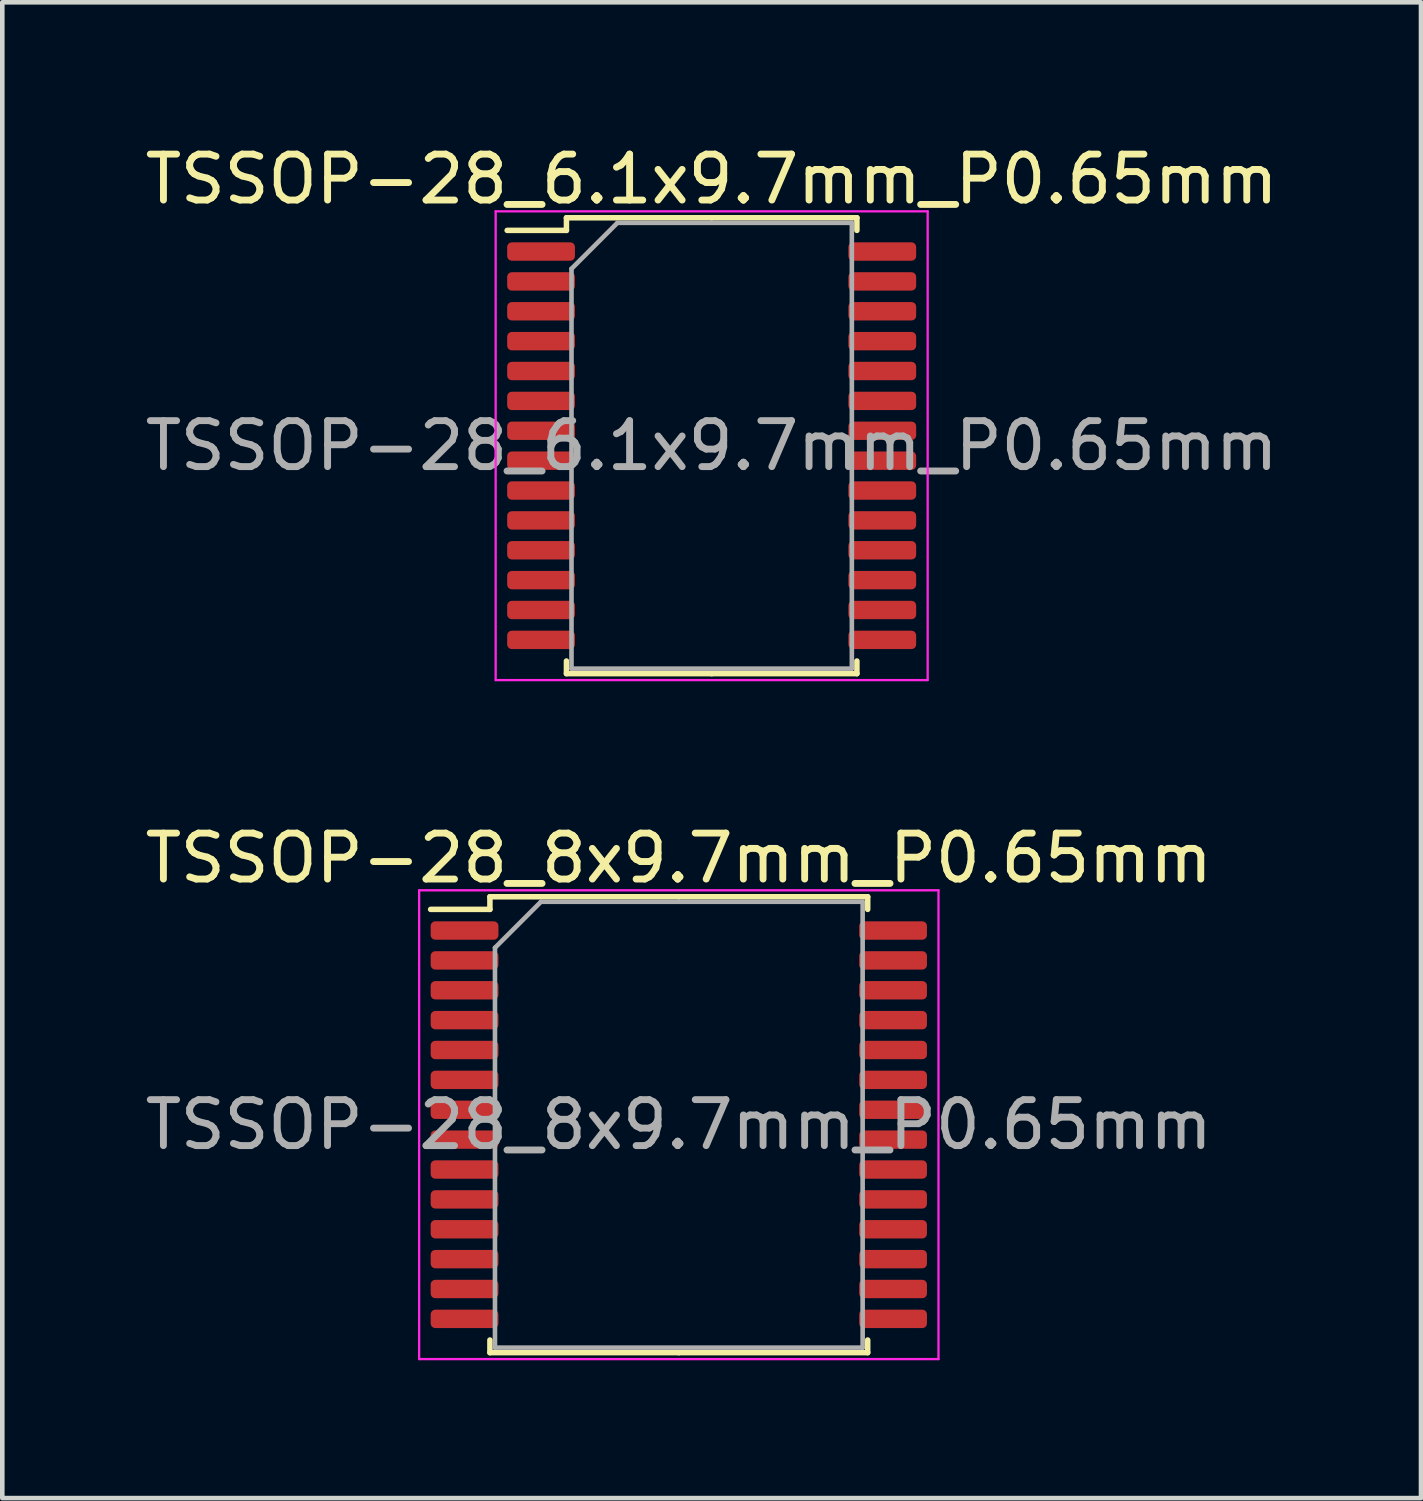
<source format=kicad_pcb>
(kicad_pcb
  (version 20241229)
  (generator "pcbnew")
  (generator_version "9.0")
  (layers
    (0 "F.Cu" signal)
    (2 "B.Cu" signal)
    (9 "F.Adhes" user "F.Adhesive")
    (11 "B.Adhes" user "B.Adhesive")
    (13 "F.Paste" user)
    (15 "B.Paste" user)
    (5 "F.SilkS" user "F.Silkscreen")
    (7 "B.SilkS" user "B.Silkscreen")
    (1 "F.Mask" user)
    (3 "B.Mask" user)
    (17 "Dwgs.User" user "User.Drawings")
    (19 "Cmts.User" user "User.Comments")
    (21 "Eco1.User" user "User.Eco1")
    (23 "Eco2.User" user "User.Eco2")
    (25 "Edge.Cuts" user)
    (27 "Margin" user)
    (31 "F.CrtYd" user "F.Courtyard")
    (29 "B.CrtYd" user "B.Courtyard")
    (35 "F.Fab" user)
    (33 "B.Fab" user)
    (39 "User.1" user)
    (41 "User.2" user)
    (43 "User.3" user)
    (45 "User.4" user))
  (footprint "TSSOP-28_6.1x9.7mm_P0.65mm"
    (layer "F.Cu")
    (at 12.435 6.648)
    (property "Reference" "TSSOP-28_6.1x9.7mm_P0.65mm" (at 0 -5.8 0) (layer "F.SilkS") (effects (font (size 1 1) (thickness 0.15))))
    (attr smd)
    (fp_line (start -3.16 -4.96) (end -3.16 -4.685) (stroke (width 0.12) (type solid)) (layer "F.SilkS"))
    (fp_line (start -3.16 -4.685) (end -4.45 -4.685) (stroke (width 0.12) (type solid)) (layer "F.SilkS"))
    (fp_line (start -3.16 4.96) (end -3.16 4.685) (stroke (width 0.12) (type solid)) (layer "F.SilkS"))
    (fp_line (start 0 -4.96) (end -3.16 -4.96) (stroke (width 0.12) (type solid)) (layer "F.SilkS"))
    (fp_line (start 0 -4.96) (end 3.16 -4.96) (stroke (width 0.12) (type solid)) (layer "F.SilkS"))
    (fp_line (start 0 4.96) (end -3.16 4.96) (stroke (width 0.12) (type solid)) (layer "F.SilkS"))
    (fp_line (start 0 4.96) (end 3.16 4.96) (stroke (width 0.12) (type solid)) (layer "F.SilkS"))
    (fp_line (start 3.16 -4.96) (end 3.16 -4.685) (stroke (width 0.12) (type solid)) (layer "F.SilkS"))
    (fp_line (start 3.16 4.96) (end 3.16 4.685) (stroke (width 0.12) (type solid)) (layer "F.SilkS"))
    (fp_line (start -4.7 -5.1) (end -4.7 5.1) (stroke (width 0.05) (type solid)) (layer "F.CrtYd"))
    (fp_line (start -4.7 5.1) (end 4.7 5.1) (stroke (width 0.05) (type solid)) (layer "F.CrtYd"))
    (fp_line (start 4.7 -5.1) (end -4.7 -5.1) (stroke (width 0.05) (type solid)) (layer "F.CrtYd"))
    (fp_line (start 4.7 5.1) (end 4.7 -5.1) (stroke (width 0.05) (type solid)) (layer "F.CrtYd"))
    (fp_line (start -3.05 -3.85) (end -2.05 -4.85) (stroke (width 0.1) (type solid)) (layer "F.Fab"))
    (fp_line (start -3.05 4.85) (end -3.05 -3.85) (stroke (width 0.1) (type solid)) (layer "F.Fab"))
    (fp_line (start -2.05 -4.85) (end 3.05 -4.85) (stroke (width 0.1) (type solid)) (layer "F.Fab"))
    (fp_line (start 3.05 -4.85) (end 3.05 4.85) (stroke (width 0.1) (type solid)) (layer "F.Fab"))
    (fp_line (start 3.05 4.85) (end -3.05 4.85) (stroke (width 0.1) (type solid)) (layer "F.Fab"))
    (fp_text user "${REFERENCE}" (at 0 0 0) (layer "F.Fab") (effects (font (size 1 1) (thickness 0.15))))
    (pad "1" smd roundrect (at -3.712 -4.225) (size 1.475 0.4) (layers "F.Cu" "F.Mask" "F.Paste") (roundrect_rratio 0.25))
    (pad "2" smd roundrect (at -3.712 -3.575) (size 1.475 0.4) (layers "F.Cu" "F.Mask" "F.Paste") (roundrect_rratio 0.25))
    (pad "3" smd roundrect (at -3.712 -2.925) (size 1.475 0.4) (layers "F.Cu" "F.Mask" "F.Paste") (roundrect_rratio 0.25))
    (pad "4" smd roundrect (at -3.712 -2.275) (size 1.475 0.4) (layers "F.Cu" "F.Mask" "F.Paste") (roundrect_rratio 0.25))
    (pad "5" smd roundrect (at -3.712 -1.625) (size 1.475 0.4) (layers "F.Cu" "F.Mask" "F.Paste") (roundrect_rratio 0.25))
    (pad "6" smd roundrect (at -3.712 -0.975) (size 1.475 0.4) (layers "F.Cu" "F.Mask" "F.Paste") (roundrect_rratio 0.25))
    (pad "7" smd roundrect (at -3.712 -0.325) (size 1.475 0.4) (layers "F.Cu" "F.Mask" "F.Paste") (roundrect_rratio 0.25))
    (pad "8" smd roundrect (at -3.712 0.325) (size 1.475 0.4) (layers "F.Cu" "F.Mask" "F.Paste") (roundrect_rratio 0.25))
    (pad "9" smd roundrect (at -3.712 0.975) (size 1.475 0.4) (layers "F.Cu" "F.Mask" "F.Paste") (roundrect_rratio 0.25))
    (pad "10" smd roundrect (at -3.712 1.625) (size 1.475 0.4) (layers "F.Cu" "F.Mask" "F.Paste") (roundrect_rratio 0.25))
    (pad "11" smd roundrect (at -3.712 2.275) (size 1.475 0.4) (layers "F.Cu" "F.Mask" "F.Paste") (roundrect_rratio 0.25))
    (pad "12" smd roundrect (at -3.712 2.925) (size 1.475 0.4) (layers "F.Cu" "F.Mask" "F.Paste") (roundrect_rratio 0.25))
    (pad "13" smd roundrect (at -3.712 3.575) (size 1.475 0.4) (layers "F.Cu" "F.Mask" "F.Paste") (roundrect_rratio 0.25))
    (pad "14" smd roundrect (at -3.712 4.225) (size 1.475 0.4) (layers "F.Cu" "F.Mask" "F.Paste") (roundrect_rratio 0.25))
    (pad "15" smd roundrect (at 3.712 4.225) (size 1.475 0.4) (layers "F.Cu" "F.Mask" "F.Paste") (roundrect_rratio 0.25))
    (pad "16" smd roundrect (at 3.712 3.575) (size 1.475 0.4) (layers "F.Cu" "F.Mask" "F.Paste") (roundrect_rratio 0.25))
    (pad "17" smd roundrect (at 3.712 2.925) (size 1.475 0.4) (layers "F.Cu" "F.Mask" "F.Paste") (roundrect_rratio 0.25))
    (pad "18" smd roundrect (at 3.712 2.275) (size 1.475 0.4) (layers "F.Cu" "F.Mask" "F.Paste") (roundrect_rratio 0.25))
    (pad "19" smd roundrect (at 3.712 1.625) (size 1.475 0.4) (layers "F.Cu" "F.Mask" "F.Paste") (roundrect_rratio 0.25))
    (pad "20" smd roundrect (at 3.712 0.975) (size 1.475 0.4) (layers "F.Cu" "F.Mask" "F.Paste") (roundrect_rratio 0.25))
    (pad "21" smd roundrect (at 3.712 0.325) (size 1.475 0.4) (layers "F.Cu" "F.Mask" "F.Paste") (roundrect_rratio 0.25))
    (pad "22" smd roundrect (at 3.712 -0.325) (size 1.475 0.4) (layers "F.Cu" "F.Mask" "F.Paste") (roundrect_rratio 0.25))
    (pad "23" smd roundrect (at 3.712 -0.975) (size 1.475 0.4) (layers "F.Cu" "F.Mask" "F.Paste") (roundrect_rratio 0.25))
    (pad "24" smd roundrect (at 3.712 -1.625) (size 1.475 0.4) (layers "F.Cu" "F.Mask" "F.Paste") (roundrect_rratio 0.25))
    (pad "25" smd roundrect (at 3.712 -2.275) (size 1.475 0.4) (layers "F.Cu" "F.Mask" "F.Paste") (roundrect_rratio 0.25))
    (pad "26" smd roundrect (at 3.712 -2.925) (size 1.475 0.4) (layers "F.Cu" "F.Mask" "F.Paste") (roundrect_rratio 0.25))
    (pad "27" smd roundrect (at 3.712 -3.575) (size 1.475 0.4) (layers "F.Cu" "F.Mask" "F.Paste") (roundrect_rratio 0.25))
    (pad "28" smd roundrect (at 3.712 -4.225) (size 1.475 0.4) (layers "F.Cu" "F.Mask" "F.Paste") (roundrect_rratio 0.25)))
  (footprint "TSSOP-28_8x9.7mm_P0.65mm"
    (layer "F.Cu")
    (at 11.72 21.422)
    (property "Reference" "TSSOP-28_8x9.7mm_P0.65mm" (at 0 -5.8 0) (layer "F.SilkS") (effects (font (size 1 1) (thickness 0.15))))
    (attr smd)
    (fp_line (start -4.11 -4.96) (end -4.11 -4.685) (stroke (width 0.12) (type solid)) (layer "F.SilkS"))
    (fp_line (start -4.11 -4.685) (end -5.4 -4.685) (stroke (width 0.12) (type solid)) (layer "F.SilkS"))
    (fp_line (start -4.11 4.96) (end -4.11 4.685) (stroke (width 0.12) (type solid)) (layer "F.SilkS"))
    (fp_line (start 0 -4.96) (end -4.11 -4.96) (stroke (width 0.12) (type solid)) (layer "F.SilkS"))
    (fp_line (start 0 -4.96) (end 4.11 -4.96) (stroke (width 0.12) (type solid)) (layer "F.SilkS"))
    (fp_line (start 0 4.96) (end -4.11 4.96) (stroke (width 0.12) (type solid)) (layer "F.SilkS"))
    (fp_line (start 0 4.96) (end 4.11 4.96) (stroke (width 0.12) (type solid)) (layer "F.SilkS"))
    (fp_line (start 4.11 -4.96) (end 4.11 -4.685) (stroke (width 0.12) (type solid)) (layer "F.SilkS"))
    (fp_line (start 4.11 4.96) (end 4.11 4.685) (stroke (width 0.12) (type solid)) (layer "F.SilkS"))
    (fp_line (start -5.65 -5.1) (end -5.65 5.1) (stroke (width 0.05) (type solid)) (layer "F.CrtYd"))
    (fp_line (start -5.65 5.1) (end 5.65 5.1) (stroke (width 0.05) (type solid)) (layer "F.CrtYd"))
    (fp_line (start 5.65 -5.1) (end -5.65 -5.1) (stroke (width 0.05) (type solid)) (layer "F.CrtYd"))
    (fp_line (start 5.65 5.1) (end 5.65 -5.1) (stroke (width 0.05) (type solid)) (layer "F.CrtYd"))
    (fp_line (start -4 -3.85) (end -3 -4.85) (stroke (width 0.1) (type solid)) (layer "F.Fab"))
    (fp_line (start -4 4.85) (end -4 -3.85) (stroke (width 0.1) (type solid)) (layer "F.Fab"))
    (fp_line (start -3 -4.85) (end 4 -4.85) (stroke (width 0.1) (type solid)) (layer "F.Fab"))
    (fp_line (start 4 -4.85) (end 4 4.85) (stroke (width 0.1) (type solid)) (layer "F.Fab"))
    (fp_line (start 4 4.85) (end -4 4.85) (stroke (width 0.1) (type solid)) (layer "F.Fab"))
    (fp_text user "${REFERENCE}" (at 0 0 0) (layer "F.Fab") (effects (font (size 1 1) (thickness 0.15))))
    (pad "1" smd roundrect (at -4.662 -4.225) (size 1.475 0.4) (layers "F.Cu" "F.Mask" "F.Paste") (roundrect_rratio 0.25))
    (pad "2" smd roundrect (at -4.662 -3.575) (size 1.475 0.4) (layers "F.Cu" "F.Mask" "F.Paste") (roundrect_rratio 0.25))
    (pad "3" smd roundrect (at -4.662 -2.925) (size 1.475 0.4) (layers "F.Cu" "F.Mask" "F.Paste") (roundrect_rratio 0.25))
    (pad "4" smd roundrect (at -4.662 -2.275) (size 1.475 0.4) (layers "F.Cu" "F.Mask" "F.Paste") (roundrect_rratio 0.25))
    (pad "5" smd roundrect (at -4.662 -1.625) (size 1.475 0.4) (layers "F.Cu" "F.Mask" "F.Paste") (roundrect_rratio 0.25))
    (pad "6" smd roundrect (at -4.662 -0.975) (size 1.475 0.4) (layers "F.Cu" "F.Mask" "F.Paste") (roundrect_rratio 0.25))
    (pad "7" smd roundrect (at -4.662 -0.325) (size 1.475 0.4) (layers "F.Cu" "F.Mask" "F.Paste") (roundrect_rratio 0.25))
    (pad "8" smd roundrect (at -4.662 0.325) (size 1.475 0.4) (layers "F.Cu" "F.Mask" "F.Paste") (roundrect_rratio 0.25))
    (pad "9" smd roundrect (at -4.662 0.975) (size 1.475 0.4) (layers "F.Cu" "F.Mask" "F.Paste") (roundrect_rratio 0.25))
    (pad "10" smd roundrect (at -4.662 1.625) (size 1.475 0.4) (layers "F.Cu" "F.Mask" "F.Paste") (roundrect_rratio 0.25))
    (pad "11" smd roundrect (at -4.662 2.275) (size 1.475 0.4) (layers "F.Cu" "F.Mask" "F.Paste") (roundrect_rratio 0.25))
    (pad "12" smd roundrect (at -4.662 2.925) (size 1.475 0.4) (layers "F.Cu" "F.Mask" "F.Paste") (roundrect_rratio 0.25))
    (pad "13" smd roundrect (at -4.662 3.575) (size 1.475 0.4) (layers "F.Cu" "F.Mask" "F.Paste") (roundrect_rratio 0.25))
    (pad "14" smd roundrect (at -4.662 4.225) (size 1.475 0.4) (layers "F.Cu" "F.Mask" "F.Paste") (roundrect_rratio 0.25))
    (pad "15" smd roundrect (at 4.662 4.225) (size 1.475 0.4) (layers "F.Cu" "F.Mask" "F.Paste") (roundrect_rratio 0.25))
    (pad "16" smd roundrect (at 4.662 3.575) (size 1.475 0.4) (layers "F.Cu" "F.Mask" "F.Paste") (roundrect_rratio 0.25))
    (pad "17" smd roundrect (at 4.662 2.925) (size 1.475 0.4) (layers "F.Cu" "F.Mask" "F.Paste") (roundrect_rratio 0.25))
    (pad "18" smd roundrect (at 4.662 2.275) (size 1.475 0.4) (layers "F.Cu" "F.Mask" "F.Paste") (roundrect_rratio 0.25))
    (pad "19" smd roundrect (at 4.662 1.625) (size 1.475 0.4) (layers "F.Cu" "F.Mask" "F.Paste") (roundrect_rratio 0.25))
    (pad "20" smd roundrect (at 4.662 0.975) (size 1.475 0.4) (layers "F.Cu" "F.Mask" "F.Paste") (roundrect_rratio 0.25))
    (pad "21" smd roundrect (at 4.662 0.325) (size 1.475 0.4) (layers "F.Cu" "F.Mask" "F.Paste") (roundrect_rratio 0.25))
    (pad "22" smd roundrect (at 4.662 -0.325) (size 1.475 0.4) (layers "F.Cu" "F.Mask" "F.Paste") (roundrect_rratio 0.25))
    (pad "23" smd roundrect (at 4.662 -0.975) (size 1.475 0.4) (layers "F.Cu" "F.Mask" "F.Paste") (roundrect_rratio 0.25))
    (pad "24" smd roundrect (at 4.662 -1.625) (size 1.475 0.4) (layers "F.Cu" "F.Mask" "F.Paste") (roundrect_rratio 0.25))
    (pad "25" smd roundrect (at 4.662 -2.275) (size 1.475 0.4) (layers "F.Cu" "F.Mask" "F.Paste") (roundrect_rratio 0.25))
    (pad "26" smd roundrect (at 4.662 -2.925) (size 1.475 0.4) (layers "F.Cu" "F.Mask" "F.Paste") (roundrect_rratio 0.25))
    (pad "27" smd roundrect (at 4.662 -3.575) (size 1.475 0.4) (layers "F.Cu" "F.Mask" "F.Paste") (roundrect_rratio 0.25))
    (pad "28" smd roundrect (at 4.662 -4.225) (size 1.475 0.4) (layers "F.Cu" "F.Mask" "F.Paste") (roundrect_rratio 0.25)))
  (gr_rect
    (start -3 -3)
    (end 27.869 29.547)
    (stroke (width 0.1) (type default))
    (fill no)
    (layer "Edge.Cuts")))
</source>
